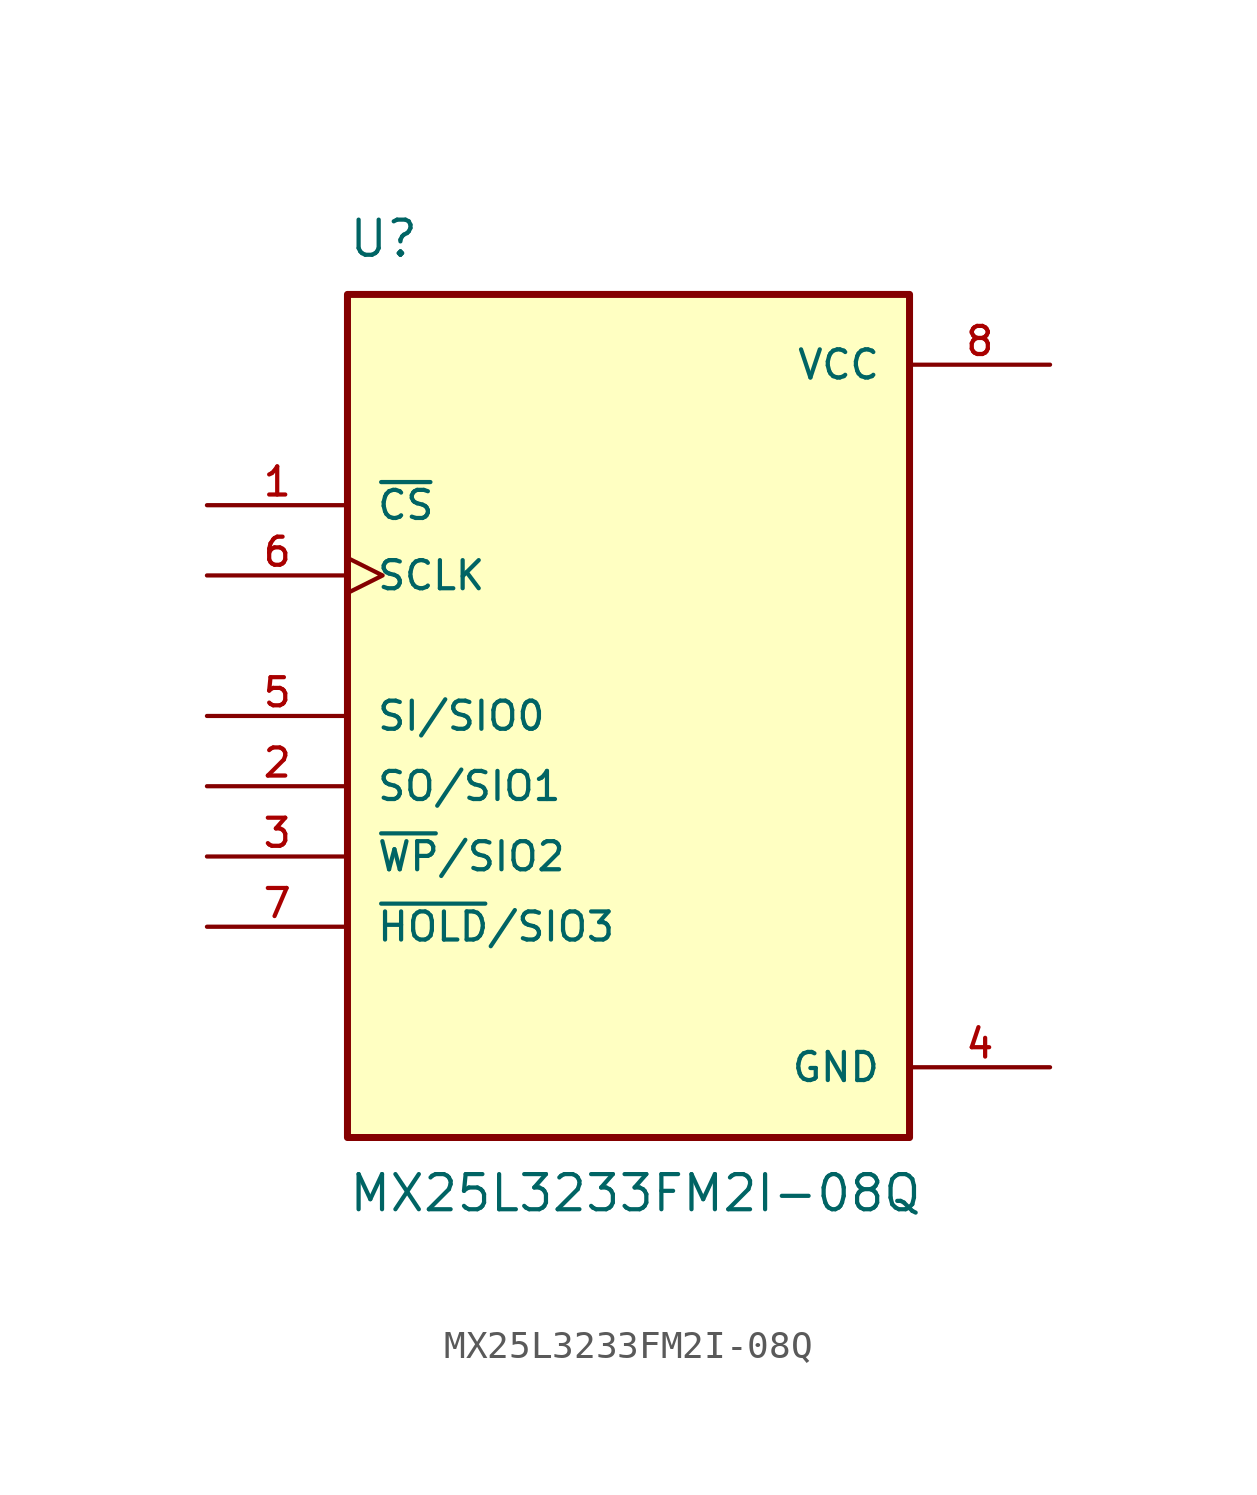
<source format=kicad_sym>
(kicad_symbol_lib
  (version 20211014)
  (generator kicad_symbol_editor)
  (symbol "MX25L3233FM2I-08Q"
    (pin_names
      (offset 1.016))
    (property "Reference" "U"
      (at -10.16 16.51 0)
      (effects (font (size 1.27 1.27)) (justify bottom left)))
    (property "Value" "MX25L3233FM2I-08Q"
      (at -10.16 -16.51 0)
      (effects (font (size 1.27 1.27)) (justify top left)))
    (symbol "MX25L3233FM2I-08Q_0_0"
      (rectangle (start -10.16 -15.24) (end 10.16 15.24) (stroke (width 0.254)) (fill (type background)))
      (pin input line (at -15.24 7.62 0) (length 5.08) (name "~{CS}" (effects (font (size 1.016 1.016)))) (number "1" (effects (font (size 1.016 1.016)))))
      (pin bidirectional line (at -15.24 -2.54 0) (length 5.08) (name "SO/SIO1" (effects (font (size 1.016 1.016)))) (number "2" (effects (font (size 1.016 1.016)))))
      (pin bidirectional line (at -15.24 -5.08 0) (length 5.08) (name "~{WP}/SIO2" (effects (font (size 1.016 1.016)))) (number "3" (effects (font (size 1.016 1.016)))))
      (pin power_in line (at 15.24 -12.7 180.0) (length 5.08) (name "GND" (effects (font (size 1.016 1.016)))) (number "4" (effects (font (size 1.016 1.016)))))
      (pin bidirectional line (at -15.24 0.0 0) (length 5.08) (name "SI/SIO0" (effects (font (size 1.016 1.016)))) (number "5" (effects (font (size 1.016 1.016)))))
      (pin input clock (at -15.24 5.08 0) (length 5.08) (name "SCLK" (effects (font (size 1.016 1.016)))) (number "6" (effects (font (size 1.016 1.016)))))
      (pin bidirectional line (at -15.24 -7.62 0) (length 5.08) (name "~{HOLD}/SIO3" (effects (font (size 1.016 1.016)))) (number "7" (effects (font (size 1.016 1.016)))))
      (pin power_in line (at 15.24 12.7 180.0) (length 5.08) (name "VCC" (effects (font (size 1.016 1.016)))) (number "8" (effects (font (size 1.016 1.016))))))))
</source>
